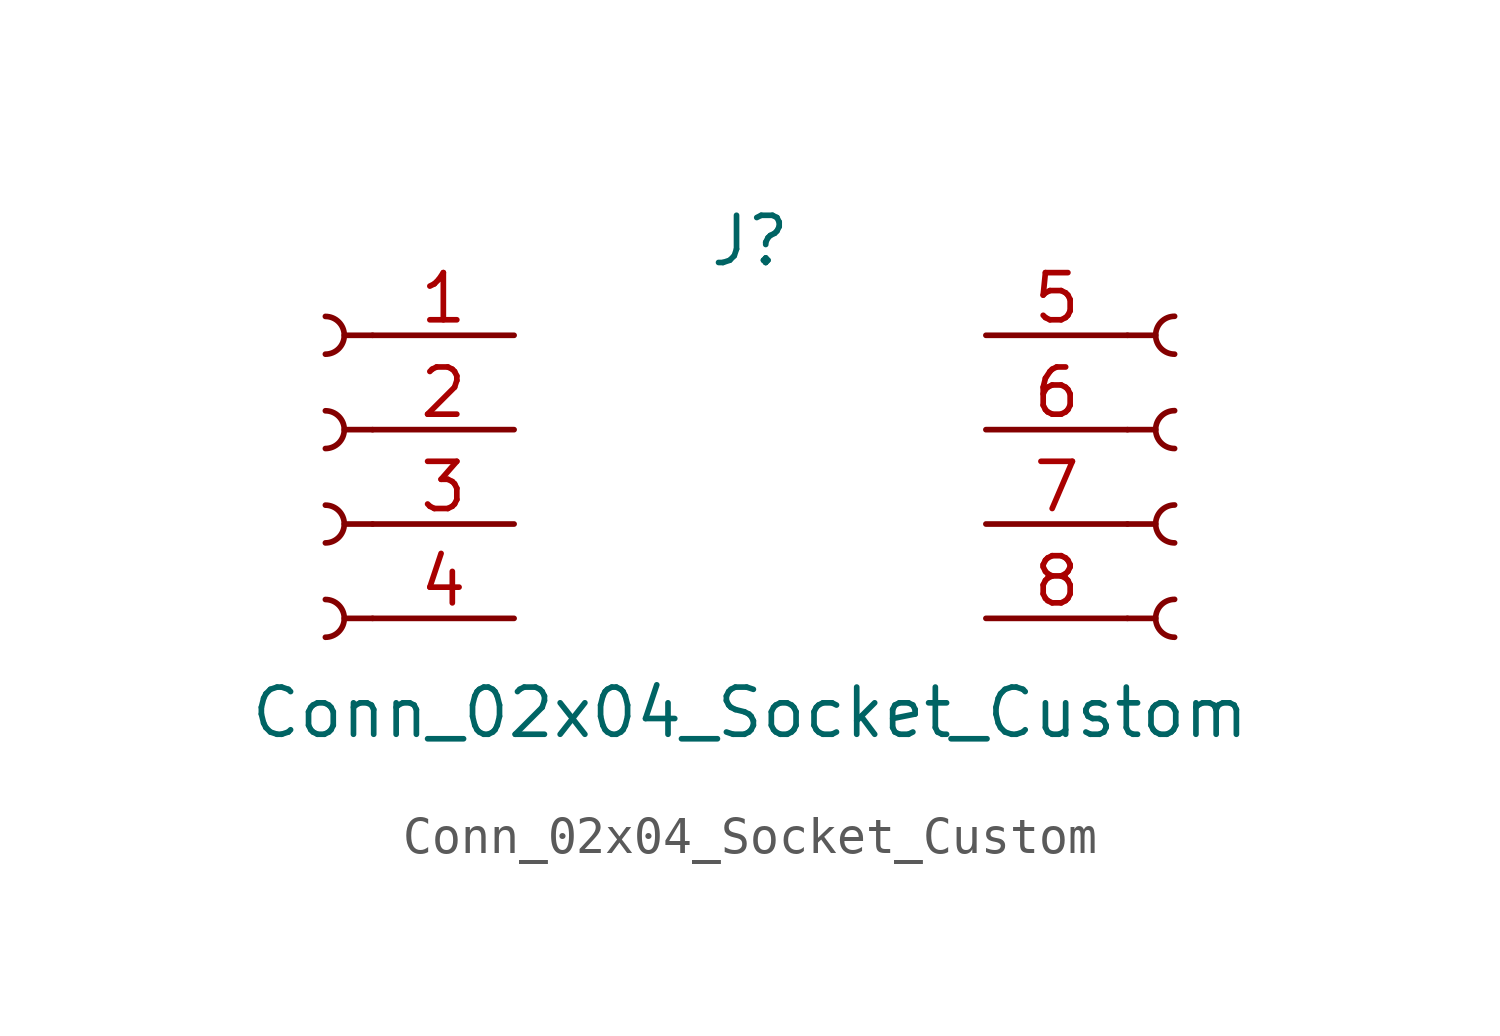
<source format=kicad_sym>
(kicad_symbol_lib
  (version 20231120)
  (generator "kicad_symbol_editor")
  (generator_version "8.0")
  (symbol "Conn_02x04_Socket_Custom"
    (pin_names
      (offset 1.016) hide)
    (property "Reference" "J"
      (at 0 5.08 0)
      (effects (font (size 1.27 1.27))))
    (property "Value" "Conn_02x04_Socket_Custom"
      (at 0 -7.62 0)
      (effects (font (size 1.27 1.27))))
    (property "ki_locked" ""
      (at 0 0 0)
      (effects (font (size 1.27 1.27))))
    (symbol "Conn_02x04_Socket_Custom_1_1"
      (arc (start -11.43 -5.588) (mid -10.924 -5.08) (end -11.43 -4.572) (stroke (width 0.1524) (type default)) (fill (type none)))
      (arc (start -11.43 -3.048) (mid -10.924 -2.54) (end -11.43 -2.032) (stroke (width 0.1524) (type default)) (fill (type none)))
      (arc (start -11.43 -0.508) (mid -10.924 0) (end -11.43 0.508) (stroke (width 0.1524) (type default)) (fill (type none)))
      (arc (start -11.43 2.032) (mid -10.924 2.54) (end -11.43 3.048) (stroke (width 0.1524) (type default)) (fill (type none)))
      (polyline (pts (xy -10.16 -5.08) (xy -10.922 -5.08)) (stroke (width 0.152) (type default)) (fill (type none)))
      (polyline (pts (xy -10.16 -2.54) (xy -10.922 -2.54)) (stroke (width 0.152) (type default)) (fill (type none)))
      (polyline (pts (xy -10.16 0) (xy -10.922 0)) (stroke (width 0.152) (type default)) (fill (type none)))
      (polyline (pts (xy -10.16 2.54) (xy -10.922 2.54)) (stroke (width 0.152) (type default)) (fill (type none)))
      (polyline (pts (xy 10.16 -5.08) (xy 10.922 -5.08)) (stroke (width 0.152) (type default)) (fill (type none)))
      (polyline (pts (xy 10.16 -2.54) (xy 10.922 -2.54)) (stroke (width 0.152) (type default)) (fill (type none)))
      (polyline (pts (xy 10.16 0) (xy 10.922 0)) (stroke (width 0.152) (type default)) (fill (type none)))
      (polyline (pts (xy 10.16 2.54) (xy 10.922 2.54)) (stroke (width 0.152) (type default)) (fill (type none)))
      (arc (start 11.43 -4.572) (mid 10.9242 -5.08) (end 11.43 -5.588) (stroke (width 0.1524) (type default)) (fill (type none)))
      (arc (start 11.43 -2.032) (mid 10.9242 -2.54) (end 11.43 -3.048) (stroke (width 0.1524) (type default)) (fill (type none)))
      (arc (start 11.43 0.508) (mid 10.9242 0) (end 11.43 -0.508) (stroke (width 0.1524) (type default)) (fill (type none)))
      (arc (start 11.43 3.048) (mid 10.9242 2.54) (end 11.43 2.032) (stroke (width 0.1524) (type default)) (fill (type none)))
      (pin passive line (at -6.35 2.54 180) (length 3.81) (name "Pin_1" (effects (font (size 1.27 1.27)))) (number "1" (effects (font (size 1.27 1.27)))))
      (pin passive line (at -6.35 0 180) (length 3.81) (name "Pin_2" (effects (font (size 1.27 1.27)))) (number "2" (effects (font (size 1.27 1.27)))))
      (pin passive line (at -6.35 -2.54 180) (length 3.81) (name "Pin_3" (effects (font (size 1.27 1.27)))) (number "3" (effects (font (size 1.27 1.27)))))
      (pin passive line (at -6.35 -5.08 180) (length 3.81) (name "Pin_4" (effects (font (size 1.27 1.27)))) (number "4" (effects (font (size 1.27 1.27)))))
      (pin passive line (at 6.35 2.54 0) (length 3.81) (name "Pin_5" (effects (font (size 1.27 1.27)))) (number "5" (effects (font (size 1.27 1.27)))))
      (pin passive line (at 6.35 0 0) (length 3.81) (name "Pin_6" (effects (font (size 1.27 1.27)))) (number "6" (effects (font (size 1.27 1.27)))))
      (pin passive line (at 6.35 -2.54 0) (length 3.81) (name "Pin_7" (effects (font (size 1.27 1.27)))) (number "7" (effects (font (size 1.27 1.27)))))
      (pin passive line (at 6.35 -5.08 0) (length 3.81) (name "Pin_8" (effects (font (size 1.27 1.27)))) (number "8" (effects (font (size 1.27 1.27))))))))
</source>
